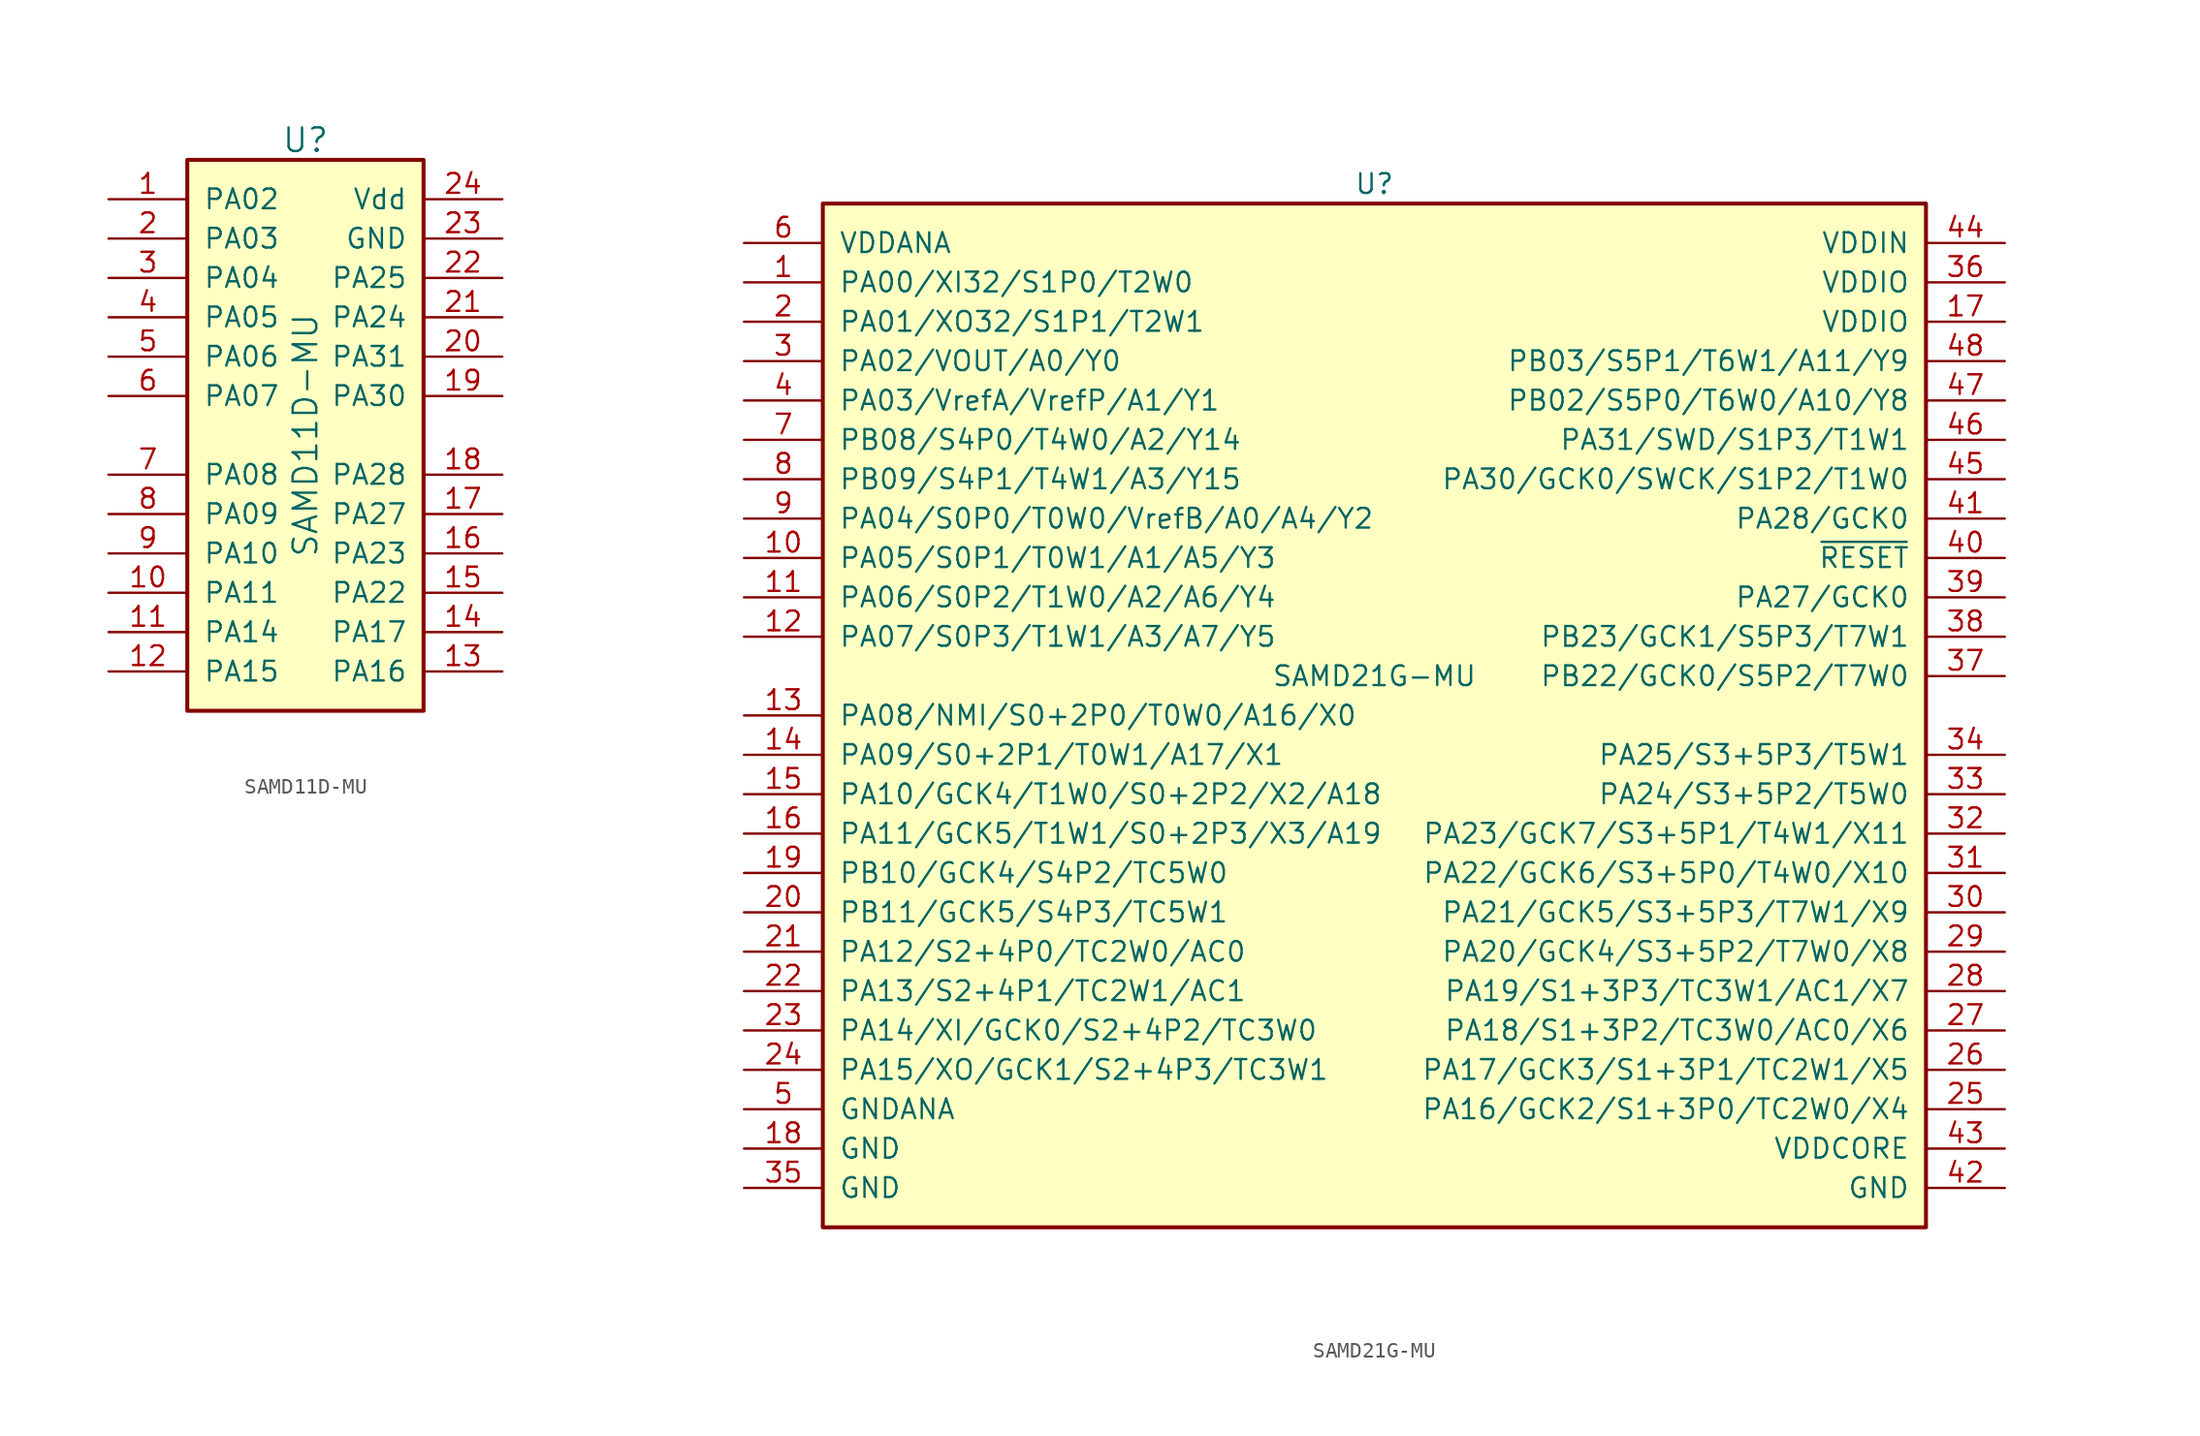
<source format=kicad_sym>
(kicad_symbol_lib
  (version 20211014)
  (generator kicad_symbol_editor)
  (symbol "SAMD11D-MU"
    (pin_names
      (offset 1.016))
    (property "Reference" "U"
      (at 0 19.05 0)
      (effects (font (size 1.524 1.524))))
    (property "Value" "SAMD11D-MU"
      (at 0 0 90)
      (effects (font (size 1.524 1.524))))
    (symbol "SAMD11D-MU_1_1"
      (rectangle (start -7.62 17.78) (end 7.62 -17.78) (stroke (width 0.254) (type default) (color 0 0 0 0)) (fill (type background)))
      (pin bidirectional line (at -12.7 15.24 0) (length 5.08) (name "PA02" (effects (font (size 1.27 1.27)))) (number "1" (effects (font (size 1.27 1.27)))))
      (pin bidirectional line (at -12.7 -10.16 0) (length 5.08) (name "PA11" (effects (font (size 1.27 1.27)))) (number "10" (effects (font (size 1.27 1.27)))))
      (pin bidirectional line (at -12.7 -12.7 0) (length 5.08) (name "PA14" (effects (font (size 1.27 1.27)))) (number "11" (effects (font (size 1.27 1.27)))))
      (pin bidirectional line (at -12.7 -15.24 0) (length 5.08) (name "PA15" (effects (font (size 1.27 1.27)))) (number "12" (effects (font (size 1.27 1.27)))))
      (pin bidirectional line (at 12.7 -15.24 180) (length 5.08) (name "PA16" (effects (font (size 1.27 1.27)))) (number "13" (effects (font (size 1.27 1.27)))))
      (pin bidirectional line (at 12.7 -12.7 180) (length 5.08) (name "PA17" (effects (font (size 1.27 1.27)))) (number "14" (effects (font (size 1.27 1.27)))))
      (pin bidirectional line (at 12.7 -10.16 180) (length 5.08) (name "PA22" (effects (font (size 1.27 1.27)))) (number "15" (effects (font (size 1.27 1.27)))))
      (pin bidirectional line (at 12.7 -7.62 180) (length 5.08) (name "PA23" (effects (font (size 1.27 1.27)))) (number "16" (effects (font (size 1.27 1.27)))))
      (pin bidirectional line (at 12.7 -5.08 180) (length 5.08) (name "PA27" (effects (font (size 1.27 1.27)))) (number "17" (effects (font (size 1.27 1.27)))))
      (pin bidirectional line (at 12.7 -2.54 180) (length 5.08) (name "PA28" (effects (font (size 1.27 1.27)))) (number "18" (effects (font (size 1.27 1.27)))))
      (pin bidirectional line (at 12.7 2.54 180) (length 5.08) (name "PA30" (effects (font (size 1.27 1.27)))) (number "19" (effects (font (size 1.27 1.27)))))
      (pin bidirectional line (at -12.7 12.7 0) (length 5.08) (name "PA03" (effects (font (size 1.27 1.27)))) (number "2" (effects (font (size 1.27 1.27)))))
      (pin bidirectional line (at 12.7 5.08 180) (length 5.08) (name "PA31" (effects (font (size 1.27 1.27)))) (number "20" (effects (font (size 1.27 1.27)))))
      (pin bidirectional line (at 12.7 7.62 180) (length 5.08) (name "PA24" (effects (font (size 1.27 1.27)))) (number "21" (effects (font (size 1.27 1.27)))))
      (pin bidirectional line (at 12.7 10.16 180) (length 5.08) (name "PA25" (effects (font (size 1.27 1.27)))) (number "22" (effects (font (size 1.27 1.27)))))
      (pin power_in line (at 12.7 12.7 180) (length 5.08) (name "GND" (effects (font (size 1.27 1.27)))) (number "23" (effects (font (size 1.27 1.27)))))
      (pin power_in line (at 12.7 15.24 180) (length 5.08) (name "Vdd" (effects (font (size 1.27 1.27)))) (number "24" (effects (font (size 1.27 1.27)))))
      (pin bidirectional line (at -12.7 10.16 0) (length 5.08) (name "PA04" (effects (font (size 1.27 1.27)))) (number "3" (effects (font (size 1.27 1.27)))))
      (pin bidirectional line (at -12.7 7.62 0) (length 5.08) (name "PA05" (effects (font (size 1.27 1.27)))) (number "4" (effects (font (size 1.27 1.27)))))
      (pin bidirectional line (at -12.7 5.08 0) (length 5.08) (name "PA06" (effects (font (size 1.27 1.27)))) (number "5" (effects (font (size 1.27 1.27)))))
      (pin bidirectional line (at -12.7 2.54 0) (length 5.08) (name "PA07" (effects (font (size 1.27 1.27)))) (number "6" (effects (font (size 1.27 1.27)))))
      (pin bidirectional line (at -12.7 -2.54 0) (length 5.08) (name "PA08" (effects (font (size 1.27 1.27)))) (number "7" (effects (font (size 1.27 1.27)))))
      (pin bidirectional line (at -12.7 -5.08 0) (length 5.08) (name "PA09" (effects (font (size 1.27 1.27)))) (number "8" (effects (font (size 1.27 1.27)))))
      (pin bidirectional line (at -12.7 -7.62 0) (length 5.08) (name "PA10" (effects (font (size 1.27 1.27)))) (number "9" (effects (font (size 1.27 1.27)))))))
  (symbol "SAMD21G-MU"
    (pin_names
      (offset 1.016))
    (property "Reference" "U"
      (at 0 34.29 0)
      (effects (font (size 1.27 1.27))))
    (property "Value" "SAMD21G-MU"
      (at 0 2.54 0)
      (effects (font (size 1.27 1.27))))
    (symbol "SAMD21G-MU_0_1"
      (rectangle (start -35.56 33.02) (end 35.56 -33.02) (stroke (width 0.254) (type default) (color 0 0 0 0)) (fill (type background))))
    (symbol "SAMD21G-MU_1_1"
      (pin bidirectional line (at -40.64 27.94 0) (length 5.08) (name "PA00/XI32/S1P0/T2W0" (effects (font (size 1.27 1.27)))) (number "1" (effects (font (size 1.27 1.27)))))
      (pin bidirectional line (at -40.64 10.16 0) (length 5.08) (name "PA05/S0P1/T0W1/A1/A5/Y3" (effects (font (size 1.27 1.27)))) (number "10" (effects (font (size 1.27 1.27)))))
      (pin bidirectional line (at -40.64 7.62 0) (length 5.08) (name "PA06/S0P2/T1W0/A2/A6/Y4" (effects (font (size 1.27 1.27)))) (number "11" (effects (font (size 1.27 1.27)))))
      (pin bidirectional line (at -40.64 5.08 0) (length 5.08) (name "PA07/S0P3/T1W1/A3/A7/Y5" (effects (font (size 1.27 1.27)))) (number "12" (effects (font (size 1.27 1.27)))))
      (pin bidirectional line (at -40.64 0 0) (length 5.08) (name "PA08/NMI/S0+2P0/T0W0/A16/X0" (effects (font (size 1.27 1.27)))) (number "13" (effects (font (size 1.27 1.27)))))
      (pin bidirectional line (at -40.64 -2.54 0) (length 5.08) (name "PA09/S0+2P1/T0W1/A17/X1" (effects (font (size 1.27 1.27)))) (number "14" (effects (font (size 1.27 1.27)))))
      (pin bidirectional line (at -40.64 -5.08 0) (length 5.08) (name "PA10/GCK4/T1W0/S0+2P2/X2/A18" (effects (font (size 1.27 1.27)))) (number "15" (effects (font (size 1.27 1.27)))))
      (pin bidirectional line (at -40.64 -7.62 0) (length 5.08) (name "PA11/GCK5/T1W1/S0+2P3/X3/A19" (effects (font (size 1.27 1.27)))) (number "16" (effects (font (size 1.27 1.27)))))
      (pin power_in line (at 40.64 25.4 180) (length 5.08) (name "VDDIO" (effects (font (size 1.27 1.27)))) (number "17" (effects (font (size 1.27 1.27)))))
      (pin power_in line (at -40.64 -27.94 0) (length 5.08) (name "GND" (effects (font (size 1.27 1.27)))) (number "18" (effects (font (size 1.27 1.27)))))
      (pin bidirectional line (at -40.64 -10.16 0) (length 5.08) (name "PB10/GCK4/S4P2/TC5W0" (effects (font (size 1.27 1.27)))) (number "19" (effects (font (size 1.27 1.27)))))
      (pin bidirectional line (at -40.64 25.4 0) (length 5.08) (name "PA01/XO32/S1P1/T2W1" (effects (font (size 1.27 1.27)))) (number "2" (effects (font (size 1.27 1.27)))))
      (pin bidirectional line (at -40.64 -12.7 0) (length 5.08) (name "PB11/GCK5/S4P3/TC5W1" (effects (font (size 1.27 1.27)))) (number "20" (effects (font (size 1.27 1.27)))))
      (pin bidirectional line (at -40.64 -15.24 0) (length 5.08) (name "PA12/S2+4P0/TC2W0/AC0" (effects (font (size 1.27 1.27)))) (number "21" (effects (font (size 1.27 1.27)))))
      (pin bidirectional line (at -40.64 -17.78 0) (length 5.08) (name "PA13/S2+4P1/TC2W1/AC1" (effects (font (size 1.27 1.27)))) (number "22" (effects (font (size 1.27 1.27)))))
      (pin bidirectional line (at -40.64 -20.32 0) (length 5.08) (name "PA14/XI/GCK0/S2+4P2/TC3W0" (effects (font (size 1.27 1.27)))) (number "23" (effects (font (size 1.27 1.27)))))
      (pin bidirectional line (at -40.64 -22.86 0) (length 5.08) (name "PA15/XO/GCK1/S2+4P3/TC3W1" (effects (font (size 1.27 1.27)))) (number "24" (effects (font (size 1.27 1.27)))))
      (pin bidirectional line (at 40.64 -25.4 180) (length 5.08) (name "PA16/GCK2/S1+3P0/TC2W0/X4" (effects (font (size 1.27 1.27)))) (number "25" (effects (font (size 1.27 1.27)))))
      (pin bidirectional line (at 40.64 -22.86 180) (length 5.08) (name "PA17/GCK3/S1+3P1/TC2W1/X5" (effects (font (size 1.27 1.27)))) (number "26" (effects (font (size 1.27 1.27)))))
      (pin bidirectional line (at 40.64 -20.32 180) (length 5.08) (name "PA18/S1+3P2/TC3W0/AC0/X6" (effects (font (size 1.27 1.27)))) (number "27" (effects (font (size 1.27 1.27)))))
      (pin bidirectional line (at 40.64 -17.78 180) (length 5.08) (name "PA19/S1+3P3/TC3W1/AC1/X7" (effects (font (size 1.27 1.27)))) (number "28" (effects (font (size 1.27 1.27)))))
      (pin bidirectional line (at 40.64 -15.24 180) (length 5.08) (name "PA20/GCK4/S3+5P2/T7W0/X8" (effects (font (size 1.27 1.27)))) (number "29" (effects (font (size 1.27 1.27)))))
      (pin bidirectional line (at -40.64 22.86 0) (length 5.08) (name "PA02/VOUT/A0/Y0" (effects (font (size 1.27 1.27)))) (number "3" (effects (font (size 1.27 1.27)))))
      (pin bidirectional line (at 40.64 -12.7 180) (length 5.08) (name "PA21/GCK5/S3+5P3/T7W1/X9" (effects (font (size 1.27 1.27)))) (number "30" (effects (font (size 1.27 1.27)))))
      (pin bidirectional line (at 40.64 -10.16 180) (length 5.08) (name "PA22/GCK6/S3+5P0/T4W0/X10" (effects (font (size 1.27 1.27)))) (number "31" (effects (font (size 1.27 1.27)))))
      (pin bidirectional line (at 40.64 -7.62 180) (length 5.08) (name "PA23/GCK7/S3+5P1/T4W1/X11" (effects (font (size 1.27 1.27)))) (number "32" (effects (font (size 1.27 1.27)))))
      (pin bidirectional line (at 40.64 -5.08 180) (length 5.08) (name "PA24/S3+5P2/T5W0" (effects (font (size 1.27 1.27)))) (number "33" (effects (font (size 1.27 1.27)))))
      (pin bidirectional line (at 40.64 -2.54 180) (length 5.08) (name "PA25/S3+5P3/T5W1" (effects (font (size 1.27 1.27)))) (number "34" (effects (font (size 1.27 1.27)))))
      (pin power_in line (at -40.64 -30.48 0) (length 5.08) (name "GND" (effects (font (size 1.27 1.27)))) (number "35" (effects (font (size 1.27 1.27)))))
      (pin power_in line (at 40.64 27.94 180) (length 5.08) (name "VDDIO" (effects (font (size 1.27 1.27)))) (number "36" (effects (font (size 1.27 1.27)))))
      (pin bidirectional line (at 40.64 2.54 180) (length 5.08) (name "PB22/GCK0/S5P2/T7W0" (effects (font (size 1.27 1.27)))) (number "37" (effects (font (size 1.27 1.27)))))
      (pin bidirectional line (at 40.64 5.08 180) (length 5.08) (name "PB23/GCK1/S5P3/T7W1" (effects (font (size 1.27 1.27)))) (number "38" (effects (font (size 1.27 1.27)))))
      (pin bidirectional line (at 40.64 7.62 180) (length 5.08) (name "PA27/GCK0" (effects (font (size 1.27 1.27)))) (number "39" (effects (font (size 1.27 1.27)))))
      (pin bidirectional line (at -40.64 20.32 0) (length 5.08) (name "PA03/VrefA/VrefP/A1/Y1" (effects (font (size 1.27 1.27)))) (number "4" (effects (font (size 1.27 1.27)))))
      (pin input line (at 40.64 10.16 180) (length 5.08) (name "~{RESET}" (effects (font (size 1.27 1.27)))) (number "40" (effects (font (size 1.27 1.27)))))
      (pin bidirectional line (at 40.64 12.7 180) (length 5.08) (name "PA28/GCK0" (effects (font (size 1.27 1.27)))) (number "41" (effects (font (size 1.27 1.27)))))
      (pin power_in line (at 40.64 -30.48 180) (length 5.08) (name "GND" (effects (font (size 1.27 1.27)))) (number "42" (effects (font (size 1.27 1.27)))))
      (pin passive line (at 40.64 -27.94 180) (length 5.08) (name "VDDCORE" (effects (font (size 1.27 1.27)))) (number "43" (effects (font (size 1.27 1.27)))))
      (pin power_in line (at 40.64 30.48 180) (length 5.08) (name "VDDIN" (effects (font (size 1.27 1.27)))) (number "44" (effects (font (size 1.27 1.27)))))
      (pin bidirectional line (at 40.64 15.24 180) (length 5.08) (name "PA30/GCK0/SWCK/S1P2/T1W0" (effects (font (size 1.27 1.27)))) (number "45" (effects (font (size 1.27 1.27)))))
      (pin bidirectional line (at 40.64 17.78 180) (length 5.08) (name "PA31/SWD/S1P3/T1W1" (effects (font (size 1.27 1.27)))) (number "46" (effects (font (size 1.27 1.27)))))
      (pin bidirectional line (at 40.64 20.32 180) (length 5.08) (name "PB02/S5P0/T6W0/A10/Y8" (effects (font (size 1.27 1.27)))) (number "47" (effects (font (size 1.27 1.27)))))
      (pin bidirectional line (at 40.64 22.86 180) (length 5.08) (name "PB03/S5P1/T6W1/A11/Y9" (effects (font (size 1.27 1.27)))) (number "48" (effects (font (size 1.27 1.27)))))
      (pin power_in line (at -40.64 -25.4 0) (length 5.08) (name "GNDANA" (effects (font (size 1.27 1.27)))) (number "5" (effects (font (size 1.27 1.27)))))
      (pin power_in line (at -40.64 30.48 0) (length 5.08) (name "VDDANA" (effects (font (size 1.27 1.27)))) (number "6" (effects (font (size 1.27 1.27)))))
      (pin bidirectional line (at -40.64 17.78 0) (length 5.08) (name "PB08/S4P0/T4W0/A2/Y14" (effects (font (size 1.27 1.27)))) (number "7" (effects (font (size 1.27 1.27)))))
      (pin bidirectional line (at -40.64 15.24 0) (length 5.08) (name "PB09/S4P1/T4W1/A3/Y15" (effects (font (size 1.27 1.27)))) (number "8" (effects (font (size 1.27 1.27)))))
      (pin bidirectional line (at -40.64 12.7 0) (length 5.08) (name "PA04/S0P0/T0W0/VrefB/A0/A4/Y2" (effects (font (size 1.27 1.27)))) (number "9" (effects (font (size 1.27 1.27))))))))
</source>
